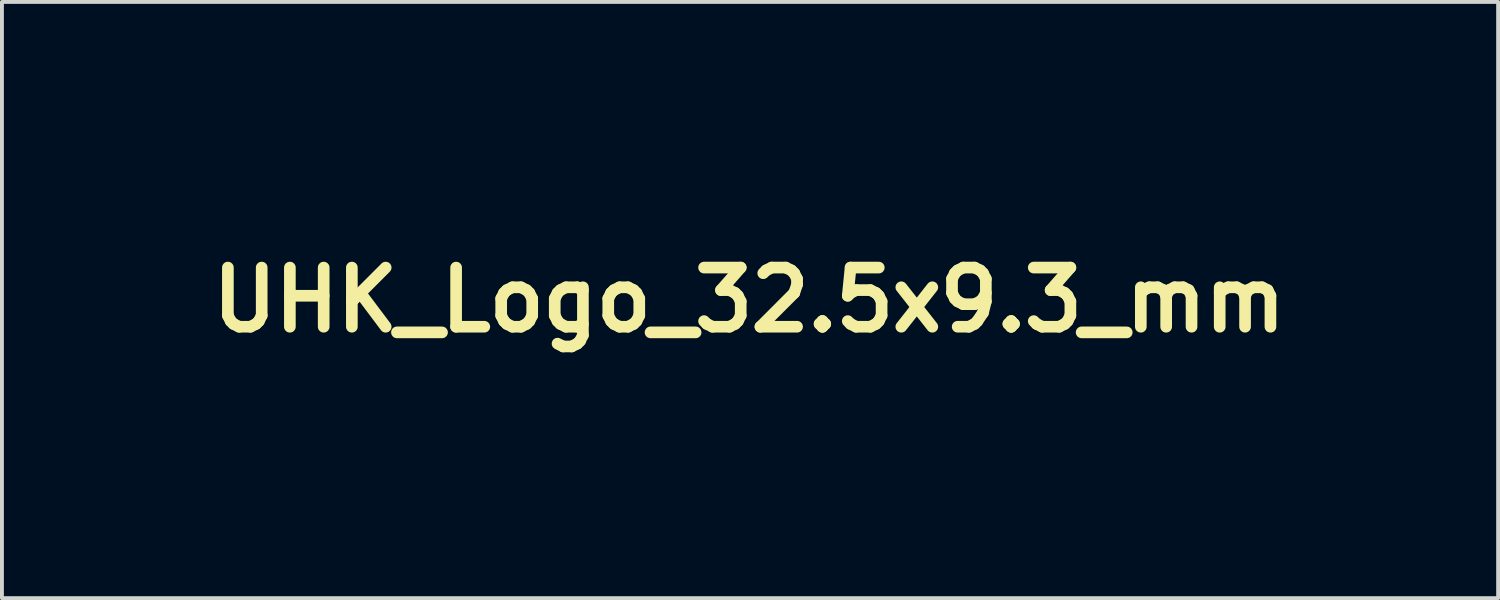
<source format=kicad_pcb>
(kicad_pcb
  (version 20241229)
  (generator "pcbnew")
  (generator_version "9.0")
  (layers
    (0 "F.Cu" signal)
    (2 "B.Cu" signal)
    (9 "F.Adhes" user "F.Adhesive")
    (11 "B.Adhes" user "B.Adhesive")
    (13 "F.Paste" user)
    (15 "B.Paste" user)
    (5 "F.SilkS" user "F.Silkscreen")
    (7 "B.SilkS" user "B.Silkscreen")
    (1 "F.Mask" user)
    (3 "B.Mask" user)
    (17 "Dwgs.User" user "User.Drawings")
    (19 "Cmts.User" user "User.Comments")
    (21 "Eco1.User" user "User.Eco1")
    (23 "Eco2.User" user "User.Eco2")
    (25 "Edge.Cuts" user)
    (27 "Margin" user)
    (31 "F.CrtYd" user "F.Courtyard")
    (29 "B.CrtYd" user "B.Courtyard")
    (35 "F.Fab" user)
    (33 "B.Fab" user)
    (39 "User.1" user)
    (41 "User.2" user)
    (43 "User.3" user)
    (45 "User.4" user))
  (footprint "UHK_Logo_32.5x9.3_mm"
    (layer "F.Cu")
    (at 16.245 4.676)
    (property "Reference" "UHK_Logo_32.5x9.3_mm" (at 0 0 0) (layer "F.SilkS") (effects (font (size 1.524 1.524) (thickness 0.3))))
    (attr through_hole)
    (fp_poly (pts (xy 6.826 -2.381) (xy 6.477 -2.381) (xy 6.477 -4) (xy 6.826 -4) (xy 6.826 -2.381)) (stroke (width 0.01) (type solid)) (fill yes) (layer "F.Mask"))
    (fp_poly (pts (xy 6.858 -4.223) (xy 6.445 -4.223) (xy 6.445 -4.667) (xy 6.858 -4.667) (xy 6.858 -4.223)) (stroke (width 0.01) (type solid)) (fill yes) (layer "F.Mask"))
    (fp_poly (pts (xy 9.97 0.889) (xy 9.652 0.889) (xy 9.652 -0.762) (xy 9.97 -0.762) (xy 9.97 0.889)) (stroke (width 0.01) (type solid)) (fill yes) (layer "F.Mask"))
    (fp_poly (pts (xy 10.001 -0.984) (xy 9.588 -0.984) (xy 9.588 -1.397) (xy 10.001 -1.397) (xy 10.001 -0.984)) (stroke (width 0.01) (type solid)) (fill yes) (layer "F.Mask"))
    (fp_poly (pts (xy 5.12 -4.661) (xy 5.286 -4.651) (xy 5.295 -3.516) (xy 5.303 -2.381) (xy 4.953 -2.381) (xy 4.953 -4.671) (xy 5.12 -4.661)) (stroke (width 0.01) (type solid)) (fill yes) (layer "F.Mask"))
    (fp_poly (pts (xy 3.27 -0.508) (xy 4.223 -0.508) (xy 4.223 -1.397) (xy 4.572 -1.397) (xy 4.572 0.889) (xy 4.223 0.889) (xy 4.223 -0.159) (xy 3.27 -0.159) (xy 3.27 0.889) (xy 2.921 0.889) (xy 2.921 -1.397) (xy 3.27 -1.397) (xy 3.27 -0.508)) (stroke (width 0.01) (type solid)) (fill yes) (layer "F.Mask"))
    (fp_poly (pts (xy 14.573 2.826) (xy 14.417 2.826) (xy 14.333 2.827) (xy 14.27 2.837) (xy 14.225 2.863) (xy 14.194 2.913) (xy 14.175 2.995) (xy 14.165 3.116) (xy 14.161 3.285) (xy 14.161 3.509) (xy 14.161 4.128) (xy 13.843 4.128) (xy 13.843 3.473) (xy 13.844 3.221) (xy 13.849 3.024) (xy 13.86 2.874) (xy 13.878 2.764) (xy 13.906 2.684) (xy 13.944 2.628) (xy 13.996 2.587) (xy 14.049 2.558) (xy 14.152 2.528) (xy 14.292 2.51) (xy 14.364 2.508) (xy 14.573 2.508) (xy 14.573 2.826)) (stroke (width 0.01) (type solid)) (fill yes) (layer "F.Mask"))
    (fp_poly (pts (xy 8.389 -0.833) (xy 8.398 -0.27) (xy 8.656 -0.517) (xy 8.913 -0.765) (xy 9.162 -0.755) (xy 9.411 -0.746) (xy 8.96 -0.35) (xy 8.819 -0.225) (xy 8.696 -0.114) (xy 8.598 -0.025) (xy 8.533 0.038) (xy 8.509 0.065) (xy 8.509 0.066) (xy 8.532 0.092) (xy 8.595 0.153) (xy 8.691 0.241) (xy 8.814 0.351) (xy 8.954 0.475) (xy 8.958 0.479) (xy 9.408 0.873) (xy 9.163 0.882) (xy 8.919 0.892) (xy 8.658 0.65) (xy 8.398 0.407) (xy 8.366 0.873) (xy 8.199 0.883) (xy 8.033 0.892) (xy 8.033 -1.397) (xy 8.381 -1.397) (xy 8.389 -0.833)) (stroke (width 0.01) (type solid)) (fill yes) (layer "F.Mask"))
    (fp_poly (pts (xy 10.882 -0.757) (xy 11.134 -0.751) (xy 11.334 -0.741) (xy 11.488 -0.719) (xy 11.601 -0.678) (xy 11.681 -0.612) (xy 11.732 -0.514) (xy 11.761 -0.378) (xy 11.775 -0.196) (xy 11.779 0.038) (xy 11.779 0.235) (xy 11.779 0.889) (xy 11.466 0.889) (xy 11.456 0.269) (xy 11.451 0.048) (xy 11.446 -0.117) (xy 11.439 -0.234) (xy 11.429 -0.312) (xy 11.417 -0.358) (xy 11.4 -0.381) (xy 11.398 -0.382) (xy 11.349 -0.394) (xy 11.251 -0.403) (xy 11.118 -0.41) (xy 10.978 -0.412) (xy 10.604 -0.413) (xy 10.604 0.889) (xy 10.287 0.889) (xy 10.287 -0.767) (xy 10.882 -0.757)) (stroke (width 0.01) (type solid)) (fill yes) (layer "F.Mask"))
    (fp_poly (pts (xy 8.166 -4) (xy 8.383 -3.996) (xy 8.551 -3.988) (xy 8.679 -3.975) (xy 8.772 -3.953) (xy 8.84 -3.923) (xy 8.889 -3.881) (xy 8.926 -3.827) (xy 8.957 -3.765) (xy 8.978 -3.712) (xy 8.993 -3.65) (xy 9.004 -3.569) (xy 9.01 -3.459) (xy 9.014 -3.31) (xy 9.016 -3.112) (xy 9.016 -3.008) (xy 9.017 -2.381) (xy 8.669 -2.381) (xy 8.66 -3.008) (xy 8.652 -3.635) (xy 8.438 -3.645) (xy 8.223 -3.654) (xy 8.223 -2.381) (xy 7.906 -2.381) (xy 7.906 -3.651) (xy 7.461 -3.651) (xy 7.461 -2.381) (xy 7.112 -2.381) (xy 7.112 -4) (xy 7.893 -4) (xy 8.166 -4)) (stroke (width 0.01) (type solid)) (fill yes) (layer "F.Mask"))
    (fp_poly (pts (xy 5.969 -4) (xy 6.255 -4) (xy 6.255 -3.651) (xy 5.969 -3.651) (xy 5.969 -2.381) (xy 5.652 -2.381) (xy 5.652 -3.013) (xy 5.651 -3.228) (xy 5.65 -3.388) (xy 5.646 -3.502) (xy 5.64 -3.577) (xy 5.631 -3.622) (xy 5.616 -3.647) (xy 5.597 -3.658) (xy 5.588 -3.66) (xy 5.549 -3.681) (xy 5.53 -3.728) (xy 5.525 -3.818) (xy 5.524 -3.839) (xy 5.528 -3.935) (xy 5.542 -3.984) (xy 5.572 -4) (xy 5.587 -4) (xy 5.615 -4.005) (xy 5.634 -4.028) (xy 5.646 -4.079) (xy 5.653 -4.17) (xy 5.658 -4.312) (xy 5.658 -4.326) (xy 5.667 -4.651) (xy 5.818 -4.661) (xy 5.969 -4.671) (xy 5.969 -4)) (stroke (width 0.01) (type solid)) (fill yes) (layer "F.Mask"))
    (fp_poly (pts (xy 11.43 -4) (xy 11.716 -4) (xy 11.716 -3.651) (xy 11.43 -3.651) (xy 11.43 -2.381) (xy 11.113 -2.381) (xy 11.113 -3.013) (xy 11.112 -3.228) (xy 11.111 -3.388) (xy 11.107 -3.502) (xy 11.101 -3.577) (xy 11.092 -3.622) (xy 11.077 -3.647) (xy 11.058 -3.658) (xy 11.049 -3.66) (xy 11.01 -3.681) (xy 10.991 -3.728) (xy 10.986 -3.818) (xy 10.986 -3.839) (xy 10.989 -3.935) (xy 11.003 -3.984) (xy 11.033 -4) (xy 11.048 -4) (xy 11.076 -4.005) (xy 11.095 -4.028) (xy 11.107 -4.079) (xy 11.114 -4.17) (xy 11.119 -4.312) (xy 11.119 -4.326) (xy 11.128 -4.651) (xy 11.279 -4.661) (xy 11.43 -4.671) (xy 11.43 -4)) (stroke (width 0.01) (type solid)) (fill yes) (layer "F.Mask"))
    (fp_poly (pts (xy 3.27 2.254) (xy 3.272 2.408) (xy 3.277 2.535) (xy 3.284 2.625) (xy 3.292 2.665) (xy 3.294 2.666) (xy 3.325 2.646) (xy 3.398 2.594) (xy 3.506 2.513) (xy 3.64 2.411) (xy 3.793 2.292) (xy 3.842 2.254) (xy 4.366 1.843) (xy 4.628 1.842) (xy 4.748 1.843) (xy 4.839 1.846) (xy 4.886 1.851) (xy 4.889 1.853) (xy 4.865 1.874) (xy 4.797 1.929) (xy 4.69 2.012) (xy 4.551 2.119) (xy 4.388 2.244) (xy 4.205 2.383) (xy 4.161 2.416) (xy 3.974 2.558) (xy 3.805 2.688) (xy 3.66 2.801) (xy 3.545 2.892) (xy 3.467 2.956) (xy 3.432 2.987) (xy 3.43 2.99) (xy 3.454 3.014) (xy 3.523 3.071) (xy 3.629 3.156) (xy 3.767 3.265) (xy 3.93 3.391) (xy 4.112 3.531) (xy 4.151 3.561) (xy 4.874 4.112) (xy 4.61 4.121) (xy 4.347 4.13) (xy 3.816 3.718) (xy 3.286 3.305) (xy 3.277 3.716) (xy 3.268 4.128) (xy 2.921 4.128) (xy 2.921 1.841) (xy 3.27 1.841) (xy 3.27 2.254)) (stroke (width 0.01) (type solid)) (fill yes) (layer "F.Mask"))
    (fp_poly (pts (xy 7.811 -0.413) (xy 7.404 -0.413) (xy 7.201 -0.41) (xy 7.059 -0.4) (xy 6.978 -0.385) (xy 6.96 -0.375) (xy 6.941 -0.324) (xy 6.929 -0.216) (xy 6.922 -0.046) (xy 6.921 0.082) (xy 6.923 0.257) (xy 6.927 0.377) (xy 6.935 0.455) (xy 6.948 0.499) (xy 6.968 0.519) (xy 6.972 0.52) (xy 7.022 0.528) (xy 7.121 0.534) (xy 7.255 0.538) (xy 7.41 0.54) (xy 7.416 0.54) (xy 7.811 0.54) (xy 7.811 0.889) (xy 7.374 0.888) (xy 7.184 0.886) (xy 7.044 0.88) (xy 6.942 0.869) (xy 6.865 0.851) (xy 6.81 0.83) (xy 6.736 0.791) (xy 6.68 0.746) (xy 6.64 0.685) (xy 6.613 0.599) (xy 6.598 0.479) (xy 6.59 0.316) (xy 6.588 0.1) (xy 6.588 0.064) (xy 6.589 -0.156) (xy 6.595 -0.321) (xy 6.607 -0.443) (xy 6.629 -0.53) (xy 6.662 -0.593) (xy 6.708 -0.641) (xy 6.771 -0.684) (xy 6.773 -0.685) (xy 6.823 -0.71) (xy 6.887 -0.728) (xy 6.975 -0.74) (xy 7.099 -0.749) (xy 7.271 -0.755) (xy 7.342 -0.757) (xy 7.811 -0.768) (xy 7.811 -0.413)) (stroke (width 0.01) (type solid)) (fill yes) (layer "F.Mask"))
    (fp_poly (pts (xy 7.112 3.11) (xy 7.112 3.338) (xy 7.115 3.51) (xy 7.127 3.635) (xy 7.152 3.719) (xy 7.197 3.771) (xy 7.267 3.798) (xy 7.367 3.809) (xy 7.503 3.81) (xy 7.595 3.81) (xy 7.938 3.81) (xy 7.938 2.508) (xy 8.287 2.508) (xy 8.287 3.405) (xy 8.286 3.672) (xy 8.285 3.884) (xy 8.282 4.047) (xy 8.277 4.17) (xy 8.27 4.26) (xy 8.26 4.326) (xy 8.247 4.374) (xy 8.231 4.411) (xy 8.18 4.498) (xy 8.123 4.562) (xy 8.047 4.605) (xy 7.943 4.633) (xy 7.798 4.65) (xy 7.601 4.66) (xy 7.59 4.661) (xy 7.176 4.676) (xy 7.176 4.318) (xy 7.518 4.318) (xy 7.692 4.315) (xy 7.811 4.305) (xy 7.885 4.284) (xy 7.924 4.25) (xy 7.937 4.199) (xy 7.938 4.187) (xy 7.932 4.165) (xy 7.908 4.15) (xy 7.856 4.139) (xy 7.768 4.131) (xy 7.633 4.126) (xy 7.478 4.122) (xy 7.018 4.112) (xy 6.917 4.011) (xy 6.87 3.957) (xy 6.834 3.894) (xy 6.807 3.813) (xy 6.788 3.707) (xy 6.775 3.566) (xy 6.768 3.382) (xy 6.765 3.146) (xy 6.765 3.056) (xy 6.763 2.508) (xy 7.112 2.508) (xy 7.112 3.11)) (stroke (width 0.01) (type solid)) (fill yes) (layer "F.Mask"))
    (fp_poly (pts (xy 8.89 3.748) (xy 8.977 3.782) (xy 9.058 3.799) (xy 9.173 3.807) (xy 9.307 3.808) (xy 9.441 3.8) (xy 9.56 3.787) (xy 9.648 3.768) (xy 9.684 3.747) (xy 9.696 3.698) (xy 9.705 3.6) (xy 9.712 3.466) (xy 9.715 3.31) (xy 9.715 3.295) (xy 9.715 3.114) (xy 9.707 2.986) (xy 9.684 2.903) (xy 9.637 2.855) (xy 9.557 2.833) (xy 9.435 2.826) (xy 9.289 2.826) (xy 8.985 2.826) (xy 8.985 2.508) (xy 9.368 2.508) (xy 9.576 2.512) (xy 9.737 2.527) (xy 9.857 2.561) (xy 9.941 2.621) (xy 9.997 2.715) (xy 10.029 2.849) (xy 10.045 3.031) (xy 10.049 3.267) (xy 10.049 3.318) (xy 10.046 3.565) (xy 10.033 3.757) (xy 10.002 3.899) (xy 9.948 4) (xy 9.864 4.065) (xy 9.743 4.104) (xy 9.577 4.122) (xy 9.362 4.127) (xy 9.298 4.127) (xy 9.107 4.125) (xy 8.968 4.118) (xy 8.868 4.105) (xy 8.796 4.086) (xy 8.767 4.073) (xy 8.659 3.986) (xy 8.601 3.891) (xy 8.584 3.849) (xy 8.571 3.8) (xy 8.56 3.736) (xy 8.553 3.651) (xy 8.548 3.535) (xy 8.544 3.382) (xy 8.542 3.185) (xy 8.542 2.934) (xy 8.541 2.802) (xy 8.541 1.841) (xy 8.89 1.841) (xy 8.89 3.748)) (stroke (width 0.01) (type solid)) (fill yes) (layer "F.Mask"))
    (fp_poly (pts (xy 13.334 2.524) (xy 13.438 2.628) (xy 13.541 2.732) (xy 13.55 3.279) (xy 13.553 3.48) (xy 13.553 3.628) (xy 13.55 3.734) (xy 13.542 3.809) (xy 13.528 3.863) (xy 13.508 3.907) (xy 13.494 3.931) (xy 13.437 4.005) (xy 13.366 4.058) (xy 13.27 4.094) (xy 13.138 4.116) (xy 12.961 4.126) (xy 12.804 4.127) (xy 12.62 4.126) (xy 12.486 4.119) (xy 12.39 4.106) (xy 12.319 4.086) (xy 12.287 4.072) (xy 12.18 3.985) (xy 12.106 3.86) (xy 12.068 3.712) (xy 12.066 3.557) (xy 12.101 3.409) (xy 12.174 3.284) (xy 12.243 3.222) (xy 12.295 3.194) (xy 12.363 3.175) (xy 12.459 3.162) (xy 12.597 3.153) (xy 12.724 3.148) (xy 13.113 3.137) (xy 13.113 3.493) (xy 12.778 3.493) (xy 12.629 3.493) (xy 12.531 3.497) (xy 12.472 3.507) (xy 12.44 3.524) (xy 12.422 3.552) (xy 12.417 3.564) (xy 12.403 3.64) (xy 12.407 3.683) (xy 12.438 3.74) (xy 12.493 3.778) (xy 12.584 3.799) (xy 12.72 3.809) (xy 12.817 3.81) (xy 12.976 3.808) (xy 13.089 3.795) (xy 13.164 3.763) (xy 13.209 3.701) (xy 13.231 3.602) (xy 13.239 3.455) (xy 13.24 3.307) (xy 13.24 3.137) (xy 13.233 3.013) (xy 13.212 2.927) (xy 13.168 2.872) (xy 13.091 2.842) (xy 12.975 2.829) (xy 12.809 2.826) (xy 12.658 2.826) (xy 12.192 2.826) (xy 12.192 2.504) (xy 13.334 2.524)) (stroke (width 0.01) (type solid)) (fill yes) (layer "F.Mask"))
    (fp_poly (pts (xy 4.697 -3.708) (xy 4.696 -3.409) (xy 4.694 -3.166) (xy 4.688 -2.973) (xy 4.68 -2.823) (xy 4.666 -2.709) (xy 4.647 -2.625) (xy 4.621 -2.563) (xy 4.588 -2.516) (xy 4.546 -2.478) (xy 4.512 -2.454) (xy 4.471 -2.428) (xy 4.428 -2.41) (xy 4.373 -2.397) (xy 4.296 -2.388) (xy 4.187 -2.384) (xy 4.036 -2.382) (xy 3.833 -2.381) (xy 3.81 -2.381) (xy 3.601 -2.382) (xy 3.445 -2.383) (xy 3.332 -2.388) (xy 3.253 -2.396) (xy 3.197 -2.408) (xy 3.153 -2.426) (xy 3.112 -2.451) (xy 3.108 -2.454) (xy 3.06 -2.489) (xy 3.021 -2.529) (xy 2.99 -2.58) (xy 2.966 -2.648) (xy 2.949 -2.741) (xy 2.937 -2.866) (xy 2.93 -3.028) (xy 2.925 -3.236) (xy 2.923 -3.495) (xy 2.923 -3.708) (xy 2.921 -4.671) (xy 3.088 -4.661) (xy 3.254 -4.651) (xy 3.263 -3.715) (xy 3.265 -3.444) (xy 3.268 -3.229) (xy 3.272 -3.064) (xy 3.277 -2.942) (xy 3.284 -2.856) (xy 3.293 -2.798) (xy 3.305 -2.763) (xy 3.319 -2.743) (xy 3.324 -2.738) (xy 3.38 -2.72) (xy 3.491 -2.707) (xy 3.659 -2.7) (xy 3.81 -2.699) (xy 4.02 -2.702) (xy 4.17 -2.71) (xy 4.263 -2.725) (xy 4.296 -2.738) (xy 4.311 -2.755) (xy 4.324 -2.785) (xy 4.333 -2.835) (xy 4.341 -2.912) (xy 4.346 -3.023) (xy 4.351 -3.174) (xy 4.354 -3.373) (xy 4.357 -3.626) (xy 4.357 -3.715) (xy 4.366 -4.651) (xy 4.532 -4.661) (xy 4.699 -4.671) (xy 4.697 -3.708)) (stroke (width 0.01) (type solid)) (fill yes) (layer "F.Mask"))
    (fp_poly (pts (xy 6.08 2.513) (xy 6.176 2.517) (xy 6.244 2.528) (xy 6.295 2.544) (xy 6.34 2.569) (xy 6.344 2.571) (xy 6.455 2.676) (xy 6.519 2.822) (xy 6.535 3.006) (xy 6.532 3.052) (xy 6.51 3.196) (xy 6.469 3.303) (xy 6.401 3.381) (xy 6.298 3.433) (xy 6.151 3.465) (xy 5.952 3.482) (xy 5.866 3.486) (xy 5.493 3.499) (xy 5.493 3.143) (xy 5.792 3.143) (xy 5.957 3.142) (xy 6.07 3.135) (xy 6.139 3.118) (xy 6.175 3.089) (xy 6.189 3.043) (xy 6.191 2.998) (xy 6.183 2.927) (xy 6.151 2.879) (xy 6.088 2.848) (xy 5.982 2.832) (xy 5.825 2.826) (xy 5.767 2.826) (xy 5.615 2.827) (xy 5.507 2.837) (xy 5.436 2.864) (xy 5.394 2.919) (xy 5.373 3.01) (xy 5.366 3.147) (xy 5.366 3.318) (xy 5.366 3.49) (xy 5.373 3.616) (xy 5.394 3.704) (xy 5.439 3.76) (xy 5.515 3.792) (xy 5.632 3.806) (xy 5.797 3.81) (xy 5.96 3.81) (xy 6.413 3.81) (xy 6.413 4.128) (xy 5.878 4.128) (xy 5.681 4.127) (xy 5.536 4.125) (xy 5.432 4.119) (xy 5.36 4.11) (xy 5.307 4.095) (xy 5.264 4.073) (xy 5.236 4.055) (xy 5.171 4.008) (xy 5.123 3.959) (xy 5.09 3.898) (xy 5.069 3.816) (xy 5.057 3.702) (xy 5.053 3.547) (xy 5.055 3.342) (xy 5.056 3.279) (xy 5.064 2.732) (xy 5.168 2.628) (xy 5.272 2.524) (xy 5.755 2.515) (xy 5.943 2.512) (xy 6.08 2.513)) (stroke (width 0.01) (type solid)) (fill yes) (layer "F.Mask"))
    (fp_poly (pts (xy 16.105 1.848) (xy 16.272 1.857) (xy 16.282 2.667) (xy 16.285 2.974) (xy 16.285 3.224) (xy 16.283 3.425) (xy 16.276 3.583) (xy 16.265 3.705) (xy 16.249 3.799) (xy 16.227 3.871) (xy 16.198 3.928) (xy 16.161 3.977) (xy 16.144 3.996) (xy 16.039 4.112) (xy 15.568 4.119) (xy 15.36 4.121) (xy 15.206 4.117) (xy 15.096 4.108) (xy 15.02 4.091) (xy 14.996 4.082) (xy 14.92 4.042) (xy 14.864 3.992) (xy 14.824 3.923) (xy 14.798 3.824) (xy 14.782 3.687) (xy 14.772 3.501) (xy 14.769 3.383) (xy 14.767 3.149) (xy 14.773 2.97) (xy 14.79 2.835) (xy 14.819 2.734) (xy 14.863 2.66) (xy 14.923 2.601) (xy 14.951 2.581) (xy 15.002 2.55) (xy 15.057 2.529) (xy 15.128 2.517) (xy 15.229 2.511) (xy 15.375 2.508) (xy 15.451 2.508) (xy 15.843 2.508) (xy 15.843 2.826) (xy 15.54 2.826) (xy 15.378 2.826) (xy 15.264 2.834) (xy 15.188 2.858) (xy 15.143 2.907) (xy 15.121 2.991) (xy 15.114 3.12) (xy 15.113 3.302) (xy 15.113 3.32) (xy 15.113 3.748) (xy 15.194 3.779) (xy 15.286 3.799) (xy 15.412 3.81) (xy 15.552 3.81) (xy 15.689 3.802) (xy 15.801 3.785) (xy 15.868 3.761) (xy 15.888 3.745) (xy 15.904 3.726) (xy 15.916 3.695) (xy 15.925 3.646) (xy 15.931 3.571) (xy 15.935 3.465) (xy 15.937 3.318) (xy 15.938 3.125) (xy 15.938 2.878) (xy 15.938 2.775) (xy 15.938 1.838) (xy 16.105 1.848)) (stroke (width 0.01) (type solid)) (fill yes) (layer "F.Mask"))
    (fp_poly (pts (xy 12.882 -3.995) (xy 13.064 -3.977) (xy 13.197 -3.94) (xy 13.289 -3.881) (xy 13.347 -3.796) (xy 13.379 -3.679) (xy 13.392 -3.545) (xy 13.394 -3.412) (xy 13.383 -3.32) (xy 13.356 -3.247) (xy 13.336 -3.213) (xy 13.273 -3.134) (xy 13.192 -3.079) (xy 13.082 -3.043) (xy 12.932 -3.023) (xy 12.731 -3.016) (xy 12.701 -3.016) (xy 12.351 -3.016) (xy 12.351 -3.365) (xy 12.685 -3.365) (xy 12.834 -3.366) (xy 12.932 -3.37) (xy 12.992 -3.38) (xy 13.026 -3.398) (xy 13.046 -3.427) (xy 13.053 -3.441) (xy 13.071 -3.527) (xy 13.051 -3.585) (xy 13.032 -3.614) (xy 13.003 -3.633) (xy 12.954 -3.644) (xy 12.872 -3.648) (xy 12.745 -3.647) (xy 12.643 -3.644) (xy 12.271 -3.635) (xy 12.262 -3.211) (xy 12.261 -3.001) (xy 12.267 -2.853) (xy 12.28 -2.766) (xy 12.29 -2.743) (xy 12.32 -2.725) (xy 12.382 -2.712) (xy 12.482 -2.704) (xy 12.631 -2.7) (xy 12.799 -2.699) (xy 13.271 -2.699) (xy 13.271 -2.381) (xy 12.74 -2.382) (xy 12.496 -2.384) (xy 12.313 -2.392) (xy 12.191 -2.405) (xy 12.132 -2.421) (xy 12.058 -2.475) (xy 11.989 -2.55) (xy 11.989 -2.55) (xy 11.963 -2.589) (xy 11.945 -2.636) (xy 11.932 -2.701) (xy 11.924 -2.794) (xy 11.918 -2.928) (xy 11.914 -3.112) (xy 11.913 -3.153) (xy 11.912 -3.407) (xy 11.923 -3.605) (xy 11.952 -3.753) (xy 12.004 -3.859) (xy 12.087 -3.93) (xy 12.206 -3.972) (xy 12.366 -3.993) (xy 12.575 -4) (xy 12.645 -4) (xy 12.882 -3.995)) (stroke (width 0.01) (type solid)) (fill yes) (layer "F.Mask"))
    (fp_poly (pts (xy 5.47 -0.757) (xy 5.692 -0.751) (xy 5.86 -0.742) (xy 5.984 -0.728) (xy 6.074 -0.704) (xy 6.141 -0.67) (xy 6.193 -0.622) (xy 6.241 -0.557) (xy 6.246 -0.549) (xy 6.268 -0.508) (xy 6.283 -0.454) (xy 6.293 -0.376) (xy 6.299 -0.265) (xy 6.302 -0.109) (xy 6.302 0.063) (xy 6.301 0.265) (xy 6.298 0.413) (xy 6.292 0.518) (xy 6.281 0.591) (xy 6.265 0.642) (xy 6.246 0.676) (xy 6.19 0.751) (xy 6.128 0.804) (xy 6.049 0.84) (xy 5.94 0.863) (xy 5.791 0.875) (xy 5.605 0.88) (xy 5.441 0.88) (xy 5.292 0.876) (xy 5.175 0.869) (xy 5.103 0.859) (xy 5.1 0.858) (xy 4.964 0.784) (xy 4.867 0.669) (xy 4.811 0.522) (xy 4.8 0.356) (xy 4.838 0.182) (xy 4.857 0.134) (xy 4.906 0.047) (xy 4.969 -0.015) (xy 5.055 -0.056) (xy 5.176 -0.081) (xy 5.342 -0.093) (xy 5.508 -0.095) (xy 5.874 -0.095) (xy 5.874 0.222) (xy 5.57 0.222) (xy 5.394 0.226) (xy 5.272 0.24) (xy 5.196 0.266) (xy 5.156 0.309) (xy 5.144 0.371) (xy 5.144 0.376) (xy 5.15 0.443) (xy 5.175 0.489) (xy 5.23 0.518) (xy 5.324 0.533) (xy 5.466 0.539) (xy 5.556 0.54) (xy 5.737 0.536) (xy 5.861 0.524) (xy 5.926 0.505) (xy 5.931 0.502) (xy 5.95 0.449) (xy 5.962 0.336) (xy 5.968 0.162) (xy 5.969 0.064) (xy 5.966 -0.139) (xy 5.956 -0.279) (xy 5.94 -0.359) (xy 5.931 -0.375) (xy 5.886 -0.392) (xy 5.788 -0.403) (xy 5.634 -0.41) (xy 5.42 -0.413) (xy 5.407 -0.413) (xy 4.921 -0.413) (xy 4.921 -0.767) (xy 5.47 -0.757)) (stroke (width 0.01) (type solid)) (fill yes) (layer "F.Mask"))
    (fp_poly (pts (xy 11.291 2.511) (xy 11.469 2.524) (xy 11.601 2.554) (xy 11.694 2.608) (xy 11.754 2.695) (xy 11.789 2.821) (xy 11.806 2.993) (xy 11.81 3.219) (xy 11.811 3.307) (xy 11.809 3.523) (xy 11.803 3.687) (xy 11.791 3.807) (xy 11.769 3.893) (xy 11.735 3.957) (xy 11.687 4.008) (xy 11.623 4.055) (xy 11.575 4.084) (xy 11.524 4.105) (xy 11.457 4.117) (xy 11.362 4.124) (xy 11.226 4.127) (xy 11.084 4.127) (xy 10.896 4.126) (xy 10.758 4.12) (xy 10.659 4.109) (xy 10.587 4.091) (xy 10.541 4.072) (xy 10.463 4.024) (xy 10.405 3.964) (xy 10.365 3.882) (xy 10.339 3.769) (xy 10.325 3.614) (xy 10.319 3.409) (xy 10.319 3.325) (xy 10.319 3.304) (xy 10.668 3.304) (xy 10.668 3.317) (xy 10.669 3.492) (xy 10.673 3.614) (xy 10.68 3.694) (xy 10.693 3.741) (xy 10.712 3.768) (xy 10.724 3.776) (xy 10.794 3.796) (xy 10.907 3.807) (xy 11.043 3.81) (xy 11.183 3.805) (xy 11.307 3.793) (xy 11.398 3.773) (xy 11.423 3.761) (xy 11.452 3.736) (xy 11.472 3.704) (xy 11.485 3.651) (xy 11.491 3.567) (xy 11.493 3.44) (xy 11.493 3.318) (xy 11.493 3.132) (xy 11.485 3) (xy 11.462 2.912) (xy 11.418 2.861) (xy 11.343 2.835) (xy 11.232 2.827) (xy 11.092 2.826) (xy 10.932 2.826) (xy 10.817 2.834) (xy 10.742 2.858) (xy 10.698 2.908) (xy 10.676 2.992) (xy 10.669 3.122) (xy 10.668 3.304) (xy 10.319 3.304) (xy 10.322 3.076) (xy 10.336 2.884) (xy 10.368 2.74) (xy 10.423 2.639) (xy 10.509 2.572) (xy 10.632 2.533) (xy 10.798 2.514) (xy 11.013 2.508) (xy 11.06 2.508) (xy 11.291 2.511)) (stroke (width 0.01) (type solid)) (fill yes) (layer "F.Mask"))
    (fp_poly (pts (xy 10.125 -3.998) (xy 10.305 -3.991) (xy 10.439 -3.974) (xy 10.536 -3.947) (xy 10.606 -3.906) (xy 10.658 -3.848) (xy 10.7 -3.772) (xy 10.703 -3.765) (xy 10.728 -3.699) (xy 10.745 -3.623) (xy 10.755 -3.521) (xy 10.76 -3.383) (xy 10.761 -3.194) (xy 10.761 -3.191) (xy 10.757 -2.968) (xy 10.747 -2.799) (xy 10.726 -2.673) (xy 10.694 -2.581) (xy 10.647 -2.513) (xy 10.583 -2.458) (xy 10.576 -2.454) (xy 10.529 -2.425) (xy 10.48 -2.405) (xy 10.417 -2.393) (xy 10.326 -2.385) (xy 10.198 -2.382) (xy 10.018 -2.381) (xy 10.004 -2.381) (xy 9.817 -2.382) (xy 9.68 -2.387) (xy 9.584 -2.395) (xy 9.516 -2.408) (xy 9.465 -2.429) (xy 9.443 -2.441) (xy 9.34 -2.54) (xy 9.278 -2.688) (xy 9.256 -2.883) (xy 9.256 -2.896) (xy 9.267 -3.034) (xy 9.301 -3.132) (xy 9.323 -3.166) (xy 9.385 -3.237) (xy 9.461 -3.288) (xy 9.561 -3.322) (xy 9.697 -3.344) (xy 9.882 -3.357) (xy 9.946 -3.36) (xy 10.319 -3.373) (xy 10.319 -3.016) (xy 9.992 -3.016) (xy 9.824 -3.014) (xy 9.71 -3.003) (xy 9.64 -2.98) (xy 9.603 -2.941) (xy 9.589 -2.882) (xy 9.588 -2.852) (xy 9.6 -2.788) (xy 9.639 -2.744) (xy 9.715 -2.716) (xy 9.836 -2.702) (xy 10.001 -2.699) (xy 10.161 -2.699) (xy 10.273 -2.708) (xy 10.346 -2.734) (xy 10.388 -2.786) (xy 10.408 -2.876) (xy 10.413 -3.01) (xy 10.414 -3.168) (xy 10.411 -3.324) (xy 10.406 -3.459) (xy 10.399 -3.558) (xy 10.389 -3.609) (xy 10.388 -3.611) (xy 10.352 -3.628) (xy 10.267 -3.641) (xy 10.127 -3.651) (xy 9.928 -3.657) (xy 9.873 -3.658) (xy 9.382 -3.667) (xy 9.373 -3.834) (xy 9.363 -4) (xy 9.892 -4) (xy 10.125 -3.998)) (stroke (width 0.01) (type solid)) (fill yes) (layer "F.Mask"))
    (fp_poly (pts (xy 12.981 -0.745) (xy 13.115 -0.742) (xy 13.208 -0.735) (xy 13.272 -0.723) (xy 13.318 -0.705) (xy 13.356 -0.68) (xy 13.417 -0.633) (xy 13.463 -0.583) (xy 13.499 -0.524) (xy 13.524 -0.447) (xy 13.54 -0.343) (xy 13.549 -0.204) (xy 13.553 -0.024) (xy 13.552 0.208) (xy 13.55 0.365) (xy 13.547 0.607) (xy 13.543 0.794) (xy 13.538 0.934) (xy 13.532 1.037) (xy 13.522 1.109) (xy 13.509 1.159) (xy 13.493 1.197) (xy 13.479 1.219) (xy 13.42 1.288) (xy 13.344 1.338) (xy 13.242 1.371) (xy 13.101 1.389) (xy 12.912 1.396) (xy 12.828 1.397) (xy 12.446 1.397) (xy 12.446 1.079) (xy 12.746 1.079) (xy 12.887 1.076) (xy 13.012 1.068) (xy 13.102 1.055) (xy 13.127 1.049) (xy 13.208 1.018) (xy 13.208 0.341) (xy 13.207 0.089) (xy 13.203 -0.103) (xy 13.196 -0.241) (xy 13.186 -0.329) (xy 13.172 -0.372) (xy 13.17 -0.375) (xy 13.115 -0.395) (xy 13.001 -0.407) (xy 12.829 -0.413) (xy 12.795 -0.413) (xy 12.615 -0.409) (xy 12.49 -0.397) (xy 12.425 -0.378) (xy 12.421 -0.375) (xy 12.402 -0.322) (xy 12.389 -0.209) (xy 12.383 -0.035) (xy 12.383 0.063) (xy 12.386 0.266) (xy 12.395 0.406) (xy 12.411 0.486) (xy 12.421 0.502) (xy 12.475 0.522) (xy 12.589 0.535) (xy 12.758 0.54) (xy 12.786 0.54) (xy 13.113 0.54) (xy 13.113 0.896) (xy 12.722 0.884) (xy 12.528 0.876) (xy 12.385 0.86) (xy 12.281 0.833) (xy 12.205 0.791) (xy 12.143 0.729) (xy 12.105 0.676) (xy 12.084 0.634) (xy 12.068 0.579) (xy 12.058 0.5) (xy 12.052 0.386) (xy 12.05 0.226) (xy 12.049 0.081) (xy 12.051 -0.138) (xy 12.058 -0.304) (xy 12.072 -0.427) (xy 12.097 -0.518) (xy 12.134 -0.586) (xy 12.186 -0.642) (xy 12.234 -0.68) (xy 12.274 -0.706) (xy 12.321 -0.724) (xy 12.386 -0.736) (xy 12.479 -0.742) (xy 12.614 -0.745) (xy 12.795 -0.746) (xy 12.981 -0.745)) (stroke (width 0.01) (type solid)) (fill yes) (layer "F.Mask"))
    (fp_poly (pts (xy 0.095 -4.564) (xy 0.091 -4.483) (xy 0.081 -4.362) (xy 0.066 -4.224) (xy 0.062 -4.19) (xy -0.038 -3.597) (xy -0.188 -3.026) (xy -0.384 -2.484) (xy -0.625 -1.978) (xy -0.861 -1.585) (xy -1.014 -1.378) (xy -1.203 -1.156) (xy -1.414 -0.935) (xy -1.632 -0.728) (xy -1.843 -0.55) (xy -1.992 -0.443) (xy -2.103 -0.368) (xy -2.19 -0.307) (xy -2.243 -0.266) (xy -2.253 -0.254) (xy -2.227 -0.231) (xy -2.161 -0.184) (xy -2.066 -0.122) (xy -2.039 -0.105) (xy -1.692 0.145) (xy -1.363 0.451) (xy -1.057 0.807) (xy -0.778 1.205) (xy -0.532 1.64) (xy -0.323 2.104) (xy -0.301 2.16) (xy -0.225 2.38) (xy -0.151 2.636) (xy -0.081 2.911) (xy -0.019 3.194) (xy 0.033 3.467) (xy 0.071 3.719) (xy 0.092 3.933) (xy 0.095 4.034) (xy 0.095 4.128) (xy -1.175 4.128) (xy -1.175 3.897) (xy -1.203 3.48) (xy -1.282 3.06) (xy -1.407 2.651) (xy -1.574 2.267) (xy -1.774 1.93) (xy -1.921 1.74) (xy -2.103 1.538) (xy -2.303 1.345) (xy -2.5 1.176) (xy -2.619 1.089) (xy -2.961 0.888) (xy -3.345 0.712) (xy -3.753 0.567) (xy -4.166 0.461) (xy -4.565 0.398) (xy -4.643 0.392) (xy -4.921 0.371) (xy -4.921 4.128) (xy -6.191 4.128) (xy -6.191 0.381) (xy -9.97 0.381) (xy -9.97 0.822) (xy -9.995 1.316) (xy -10.071 1.778) (xy -10.196 2.206) (xy -10.368 2.599) (xy -10.585 2.952) (xy -10.845 3.265) (xy -11.148 3.534) (xy -11.491 3.757) (xy -11.872 3.932) (xy -12.208 4.036) (xy -12.384 4.07) (xy -12.606 4.094) (xy -12.856 4.111) (xy -13.117 4.117) (xy -13.37 4.114) (xy -13.599 4.101) (xy -13.773 4.079) (xy -14.154 3.993) (xy -14.49 3.874) (xy -14.793 3.715) (xy -15.075 3.511) (xy -15.303 3.302) (xy -15.562 3.01) (xy -15.776 2.691) (xy -15.95 2.337) (xy -16.088 1.941) (xy -16.171 1.605) (xy -16.183 1.55) (xy -16.193 1.496) (xy -16.201 1.44) (xy -16.209 1.376) (xy -16.216 1.301) (xy -16.221 1.21) (xy -16.226 1.1) (xy -16.229 0.966) (xy -16.232 0.804) (xy -16.235 0.609) (xy -16.236 0.378) (xy -16.238 0.107) (xy -16.239 -0.21) (xy -16.239 -0.576) (xy -16.239 -0.995) (xy -16.24 -1.472) (xy -16.24 -1.683) (xy -16.24 -4.651) (xy -15.614 -4.66) (xy -14.988 -4.669) (xy -14.978 -1.675) (xy -14.977 -1.16) (xy -14.976 -0.704) (xy -14.974 -0.304) (xy -14.972 0.046) (xy -14.97 0.349) (xy -14.967 0.609) (xy -14.962 0.83) (xy -14.956 1.017) (xy -14.948 1.174) (xy -14.939 1.304) (xy -14.927 1.413) (xy -14.912 1.503) (xy -14.895 1.58) (xy -14.874 1.648) (xy -14.851 1.71) (xy -14.824 1.771) (xy -14.792 1.834) (xy -14.757 1.905) (xy -14.746 1.929) (xy -14.577 2.204) (xy -14.362 2.437) (xy -14.105 2.625) (xy -13.81 2.764) (xy -13.649 2.815) (xy -13.466 2.849) (xy -13.245 2.866) (xy -13.009 2.868) (xy -12.782 2.853) (xy -12.587 2.823) (xy -12.544 2.813) (xy -12.228 2.699) (xy -11.955 2.539) (xy -11.724 2.333) (xy -11.534 2.077) (xy -11.386 1.781) (xy -11.357 1.708) (xy -11.331 1.639) (xy -11.308 1.571) (xy -11.288 1.498) (xy -11.271 1.417) (xy -11.257 1.323) (xy -11.245 1.213) (xy -11.235 1.081) (xy -11.227 0.925) (xy -11.221 0.739) (xy -11.216 0.519) (xy -11.213 0.261) (xy -11.21 -0.038) (xy -11.209 -0.384) (xy -11.208 -0.78) (xy -11.208 -1.231) (xy -11.208 -1.74) (xy -11.208 -1.797) (xy -11.208 -4.667) (xy -9.97 -4.667) (xy -9.97 -0.889) (xy -6.191 -0.889) (xy -6.191 -4.669) (xy -5.564 -4.66) (xy -4.937 -4.651) (xy -4.929 -2.766) (xy -4.921 -0.881) (xy -4.691 -0.903) (xy -4.197 -0.977) (xy -3.721 -1.098) (xy -3.27 -1.263) (xy -2.852 -1.47) (xy -2.476 -1.714) (xy -2.225 -1.92) (xy -1.995 -2.163) (xy -1.778 -2.453) (xy -1.587 -2.773) (xy -1.432 -3.106) (xy -1.355 -3.319) (xy -1.281 -3.582) (xy -1.229 -3.836) (xy -1.195 -4.106) (xy -1.179 -4.318) (xy -1.159 -4.651) (xy -0.532 -4.66) (xy 0.095 -4.669) (xy 0.095 -4.564)) (stroke (width 0.01) (type solid)) (fill yes) (layer "F.Mask")))
  (gr_rect
    (start -3 -3)
    (end 35.535 12.356)
    (stroke (width 0.1) (type default))
    (fill no)
    (layer "Edge.Cuts")))
</source>
